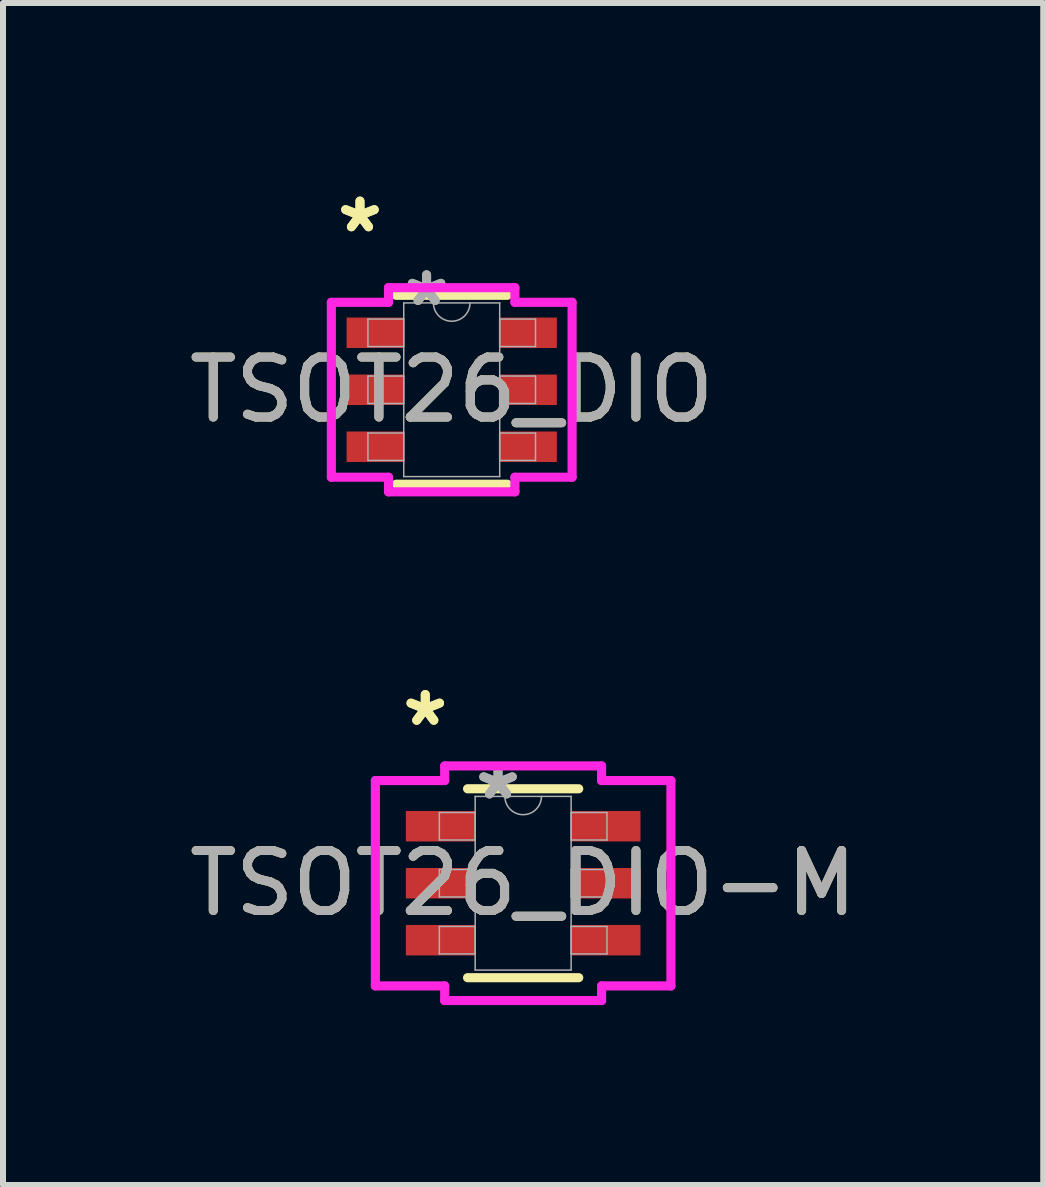
<source format=kicad_pcb>
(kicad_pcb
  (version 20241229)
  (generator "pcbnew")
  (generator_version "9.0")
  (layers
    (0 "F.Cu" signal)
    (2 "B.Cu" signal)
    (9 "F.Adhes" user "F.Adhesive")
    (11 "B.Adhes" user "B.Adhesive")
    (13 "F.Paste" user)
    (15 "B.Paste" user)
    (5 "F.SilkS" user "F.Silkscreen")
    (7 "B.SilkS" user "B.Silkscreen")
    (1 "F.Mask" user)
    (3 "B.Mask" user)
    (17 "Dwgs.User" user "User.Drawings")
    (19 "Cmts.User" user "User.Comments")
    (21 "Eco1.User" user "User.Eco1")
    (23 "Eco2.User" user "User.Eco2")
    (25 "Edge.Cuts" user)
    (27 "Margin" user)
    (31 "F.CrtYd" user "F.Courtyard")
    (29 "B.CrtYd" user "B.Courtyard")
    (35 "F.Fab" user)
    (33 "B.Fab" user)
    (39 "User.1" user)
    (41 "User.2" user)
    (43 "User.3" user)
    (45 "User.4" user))
  (footprint "TSOT26_DIO-M"
    (layer "F.Cu")
    (at 5.673 11.677)
    (property "Reference" "TSOT26_DIO-M" (at 0 0 0) (unlocked yes) (layer "F.SilkS") (effects (font (size 1 1) (thickness 0.15))))
    (attr smd)
    (fp_line (start -0.927 1.575) (end 0.927 1.575) (stroke (width 0.152) (type solid)) (layer "F.SilkS"))
    (fp_line (start 0.927 -1.575) (end -0.927 -1.575) (stroke (width 0.152) (type solid)) (layer "F.SilkS"))
    (fp_line (start -2.464 -1.712) (end -1.308 -1.712) (stroke (width 0.152) (type solid)) (layer "F.CrtYd"))
    (fp_line (start -2.464 1.712) (end -2.464 -1.712) (stroke (width 0.152) (type solid)) (layer "F.CrtYd"))
    (fp_line (start -2.464 1.712) (end -1.308 1.712) (stroke (width 0.152) (type solid)) (layer "F.CrtYd"))
    (fp_line (start -1.308 -1.956) (end 1.308 -1.956) (stroke (width 0.152) (type solid)) (layer "F.CrtYd"))
    (fp_line (start -1.308 -1.712) (end -1.308 -1.956) (stroke (width 0.152) (type solid)) (layer "F.CrtYd"))
    (fp_line (start -1.308 1.956) (end -1.308 1.712) (stroke (width 0.152) (type solid)) (layer "F.CrtYd"))
    (fp_line (start 1.308 -1.956) (end 1.308 -1.712) (stroke (width 0.152) (type solid)) (layer "F.CrtYd"))
    (fp_line (start 1.308 1.712) (end 1.308 1.956) (stroke (width 0.152) (type solid)) (layer "F.CrtYd"))
    (fp_line (start 1.308 1.956) (end -1.308 1.956) (stroke (width 0.152) (type solid)) (layer "F.CrtYd"))
    (fp_line (start 2.464 -1.712) (end 1.308 -1.712) (stroke (width 0.152) (type solid)) (layer "F.CrtYd"))
    (fp_line (start 2.464 -1.712) (end 2.464 1.712) (stroke (width 0.152) (type solid)) (layer "F.CrtYd"))
    (fp_line (start 2.464 1.712) (end 1.308 1.712) (stroke (width 0.152) (type solid)) (layer "F.CrtYd"))
    (fp_line (start -1.397 -1.179) (end -1.397 -0.721) (stroke (width 0.025) (type solid)) (layer "F.Fab"))
    (fp_line (start -1.397 -0.721) (end -0.8 -0.721) (stroke (width 0.025) (type solid)) (layer "F.Fab"))
    (fp_line (start -1.397 -0.229) (end -1.397 0.229) (stroke (width 0.025) (type solid)) (layer "F.Fab"))
    (fp_line (start -1.397 0.229) (end -0.8 0.229) (stroke (width 0.025) (type solid)) (layer "F.Fab"))
    (fp_line (start -1.397 0.721) (end -1.397 1.179) (stroke (width 0.025) (type solid)) (layer "F.Fab"))
    (fp_line (start -1.397 1.179) (end -0.8 1.179) (stroke (width 0.025) (type solid)) (layer "F.Fab"))
    (fp_line (start -0.8 -1.448) (end -0.8 1.448) (stroke (width 0.025) (type solid)) (layer "F.Fab"))
    (fp_line (start -0.8 -1.179) (end -1.397 -1.179) (stroke (width 0.025) (type solid)) (layer "F.Fab"))
    (fp_line (start -0.8 -0.721) (end -0.8 -1.179) (stroke (width 0.025) (type solid)) (layer "F.Fab"))
    (fp_line (start -0.8 -0.229) (end -1.397 -0.229) (stroke (width 0.025) (type solid)) (layer "F.Fab"))
    (fp_line (start -0.8 0.229) (end -0.8 -0.229) (stroke (width 0.025) (type solid)) (layer "F.Fab"))
    (fp_line (start -0.8 0.721) (end -1.397 0.721) (stroke (width 0.025) (type solid)) (layer "F.Fab"))
    (fp_line (start -0.8 1.179) (end -0.8 0.721) (stroke (width 0.025) (type solid)) (layer "F.Fab"))
    (fp_line (start -0.8 1.448) (end 0.8 1.448) (stroke (width 0.025) (type solid)) (layer "F.Fab"))
    (fp_line (start 0.8 -1.448) (end -0.8 -1.448) (stroke (width 0.025) (type solid)) (layer "F.Fab"))
    (fp_line (start 0.8 -1.179) (end 0.8 -0.721) (stroke (width 0.025) (type solid)) (layer "F.Fab"))
    (fp_line (start 0.8 -0.721) (end 1.397 -0.721) (stroke (width 0.025) (type solid)) (layer "F.Fab"))
    (fp_line (start 0.8 -0.229) (end 0.8 0.229) (stroke (width 0.025) (type solid)) (layer "F.Fab"))
    (fp_line (start 0.8 0.229) (end 1.397 0.229) (stroke (width 0.025) (type solid)) (layer "F.Fab"))
    (fp_line (start 0.8 0.721) (end 0.8 1.179) (stroke (width 0.025) (type solid)) (layer "F.Fab"))
    (fp_line (start 0.8 1.179) (end 1.397 1.179) (stroke (width 0.025) (type solid)) (layer "F.Fab"))
    (fp_line (start 0.8 1.448) (end 0.8 -1.448) (stroke (width 0.025) (type solid)) (layer "F.Fab"))
    (fp_line (start 1.397 -1.179) (end 0.8 -1.179) (stroke (width 0.025) (type solid)) (layer "F.Fab"))
    (fp_line (start 1.397 -0.721) (end 1.397 -1.179) (stroke (width 0.025) (type solid)) (layer "F.Fab"))
    (fp_line (start 1.397 -0.229) (end 0.8 -0.229) (stroke (width 0.025) (type solid)) (layer "F.Fab"))
    (fp_line (start 1.397 0.229) (end 1.397 -0.229) (stroke (width 0.025) (type solid)) (layer "F.Fab"))
    (fp_line (start 1.397 0.721) (end 0.8 0.721) (stroke (width 0.025) (type solid)) (layer "F.Fab"))
    (fp_line (start 1.397 1.179) (end 1.397 0.721) (stroke (width 0.025) (type solid)) (layer "F.Fab"))
    (fp_arc (start 0.3048 -1.4478) (mid 0 -1.143) (end -0.3048 -1.4478) (stroke (width 0.0254) (type solid)) (layer "F.Fab"))
    (fp_text user "*" (at -1.632 -2.601 0) (unlocked yes) (layer "F.SilkS") (effects (font (size 1 1) (thickness 0.15))))
    (fp_text user "*" (at -1.632 -2.601 0) (layer "F.SilkS") (effects (font (size 1 1) (thickness 0.15))))
    (fp_text user "*" (at -0.419 -1.372 0) (layer "F.Fab") (effects (font (size 1 1) (thickness 0.15))))
    (fp_text user "*" (at -0.419 -1.372 0) (unlocked yes) (layer "F.Fab") (effects (font (size 1 1) (thickness 0.15))))
    (fp_text user "${REFERENCE}" (at 0 0 0) (unlocked yes) (layer "F.Fab") (effects (font (size 1 1) (thickness 0.15))))
    (pad "1" smd rect (at -1.378 -0.95) (size 1.156 0.508) (layers "F.Cu" "F.Mask" "F.Paste"))
    (pad "2" smd rect (at -1.378 0) (size 1.156 0.508) (layers "F.Cu" "F.Mask" "F.Paste"))
    (pad "3" smd rect (at -1.378 0.95) (size 1.156 0.508) (layers "F.Cu" "F.Mask" "F.Paste"))
    (pad "4" smd rect (at 1.378 0.95) (size 1.156 0.508) (layers "F.Cu" "F.Mask" "F.Paste"))
    (pad "5" smd rect (at 1.378 0) (size 1.156 0.508) (layers "F.Cu" "F.Mask" "F.Paste"))
    (pad "6" smd rect (at 1.378 -0.95) (size 1.156 0.508) (layers "F.Cu" "F.Mask" "F.Paste")))
  (footprint "TSOT26_DIO"
    (layer "F.Cu")
    (at 4.482 3.449)
    (property "Reference" "TSOT26_DIO" (at 0 0 0) (unlocked yes) (layer "F.SilkS") (effects (font (size 1 1) (thickness 0.15))))
    (attr smd)
    (fp_line (start -0.927 1.575) (end 0.927 1.575) (stroke (width 0.152) (type solid)) (layer "F.SilkS"))
    (fp_line (start 0.927 -1.575) (end -0.927 -1.575) (stroke (width 0.152) (type solid)) (layer "F.SilkS"))
    (fp_line (start -2.007 -1.458) (end -1.054 -1.458) (stroke (width 0.152) (type solid)) (layer "F.CrtYd"))
    (fp_line (start -2.007 1.458) (end -2.007 -1.458) (stroke (width 0.152) (type solid)) (layer "F.CrtYd"))
    (fp_line (start -2.007 1.458) (end -1.054 1.458) (stroke (width 0.152) (type solid)) (layer "F.CrtYd"))
    (fp_line (start -1.054 -1.702) (end 1.054 -1.702) (stroke (width 0.152) (type solid)) (layer "F.CrtYd"))
    (fp_line (start -1.054 -1.458) (end -1.054 -1.702) (stroke (width 0.152) (type solid)) (layer "F.CrtYd"))
    (fp_line (start -1.054 1.702) (end -1.054 1.458) (stroke (width 0.152) (type solid)) (layer "F.CrtYd"))
    (fp_line (start 1.054 -1.702) (end 1.054 -1.458) (stroke (width 0.152) (type solid)) (layer "F.CrtYd"))
    (fp_line (start 1.054 1.458) (end 1.054 1.702) (stroke (width 0.152) (type solid)) (layer "F.CrtYd"))
    (fp_line (start 1.054 1.702) (end -1.054 1.702) (stroke (width 0.152) (type solid)) (layer "F.CrtYd"))
    (fp_line (start 2.007 -1.458) (end 1.054 -1.458) (stroke (width 0.152) (type solid)) (layer "F.CrtYd"))
    (fp_line (start 2.007 -1.458) (end 2.007 1.458) (stroke (width 0.152) (type solid)) (layer "F.CrtYd"))
    (fp_line (start 2.007 1.458) (end 1.054 1.458) (stroke (width 0.152) (type solid)) (layer "F.CrtYd"))
    (fp_line (start -1.397 -1.179) (end -1.397 -0.721) (stroke (width 0.025) (type solid)) (layer "F.Fab"))
    (fp_line (start -1.397 -0.721) (end -0.8 -0.721) (stroke (width 0.025) (type solid)) (layer "F.Fab"))
    (fp_line (start -1.397 -0.229) (end -1.397 0.229) (stroke (width 0.025) (type solid)) (layer "F.Fab"))
    (fp_line (start -1.397 0.229) (end -0.8 0.229) (stroke (width 0.025) (type solid)) (layer "F.Fab"))
    (fp_line (start -1.397 0.721) (end -1.397 1.179) (stroke (width 0.025) (type solid)) (layer "F.Fab"))
    (fp_line (start -1.397 1.179) (end -0.8 1.179) (stroke (width 0.025) (type solid)) (layer "F.Fab"))
    (fp_line (start -0.8 -1.448) (end -0.8 1.448) (stroke (width 0.025) (type solid)) (layer "F.Fab"))
    (fp_line (start -0.8 -1.179) (end -1.397 -1.179) (stroke (width 0.025) (type solid)) (layer "F.Fab"))
    (fp_line (start -0.8 -0.721) (end -0.8 -1.179) (stroke (width 0.025) (type solid)) (layer "F.Fab"))
    (fp_line (start -0.8 -0.229) (end -1.397 -0.229) (stroke (width 0.025) (type solid)) (layer "F.Fab"))
    (fp_line (start -0.8 0.229) (end -0.8 -0.229) (stroke (width 0.025) (type solid)) (layer "F.Fab"))
    (fp_line (start -0.8 0.721) (end -1.397 0.721) (stroke (width 0.025) (type solid)) (layer "F.Fab"))
    (fp_line (start -0.8 1.179) (end -0.8 0.721) (stroke (width 0.025) (type solid)) (layer "F.Fab"))
    (fp_line (start -0.8 1.448) (end 0.8 1.448) (stroke (width 0.025) (type solid)) (layer "F.Fab"))
    (fp_line (start 0.8 -1.448) (end -0.8 -1.448) (stroke (width 0.025) (type solid)) (layer "F.Fab"))
    (fp_line (start 0.8 -1.179) (end 0.8 -0.721) (stroke (width 0.025) (type solid)) (layer "F.Fab"))
    (fp_line (start 0.8 -0.721) (end 1.397 -0.721) (stroke (width 0.025) (type solid)) (layer "F.Fab"))
    (fp_line (start 0.8 -0.229) (end 0.8 0.229) (stroke (width 0.025) (type solid)) (layer "F.Fab"))
    (fp_line (start 0.8 0.229) (end 1.397 0.229) (stroke (width 0.025) (type solid)) (layer "F.Fab"))
    (fp_line (start 0.8 0.721) (end 0.8 1.179) (stroke (width 0.025) (type solid)) (layer "F.Fab"))
    (fp_line (start 0.8 1.179) (end 1.397 1.179) (stroke (width 0.025) (type solid)) (layer "F.Fab"))
    (fp_line (start 0.8 1.448) (end 0.8 -1.448) (stroke (width 0.025) (type solid)) (layer "F.Fab"))
    (fp_line (start 1.397 -1.179) (end 0.8 -1.179) (stroke (width 0.025) (type solid)) (layer "F.Fab"))
    (fp_line (start 1.397 -0.721) (end 1.397 -1.179) (stroke (width 0.025) (type solid)) (layer "F.Fab"))
    (fp_line (start 1.397 -0.229) (end 0.8 -0.229) (stroke (width 0.025) (type solid)) (layer "F.Fab"))
    (fp_line (start 1.397 0.229) (end 1.397 -0.229) (stroke (width 0.025) (type solid)) (layer "F.Fab"))
    (fp_line (start 1.397 0.721) (end 0.8 0.721) (stroke (width 0.025) (type solid)) (layer "F.Fab"))
    (fp_line (start 1.397 1.179) (end 1.397 0.721) (stroke (width 0.025) (type solid)) (layer "F.Fab"))
    (fp_arc (start 0.3048 -1.4478) (mid 0 -1.143) (end -0.3048 -1.4478) (stroke (width 0.0254) (type solid)) (layer "F.Fab"))
    (fp_text user "*" (at -1.53 -2.601 0) (unlocked yes) (layer "F.SilkS") (effects (font (size 1 1) (thickness 0.15))))
    (fp_text user "*" (at -1.53 -2.601 0) (layer "F.SilkS") (effects (font (size 1 1) (thickness 0.15))))
    (fp_text user "*" (at -0.419 -1.372 0) (layer "F.Fab") (effects (font (size 1 1) (thickness 0.15))))
    (fp_text user "*" (at -0.419 -1.372 0) (unlocked yes) (layer "F.Fab") (effects (font (size 1 1) (thickness 0.15))))
    (fp_text user "${REFERENCE}" (at 0 0 0) (unlocked yes) (layer "F.Fab") (effects (font (size 1 1) (thickness 0.15))))
    (pad "1" smd rect (at -1.276 -0.95) (size 0.953 0.508) (layers "F.Cu" "F.Mask" "F.Paste"))
    (pad "2" smd rect (at -1.276 0) (size 0.953 0.508) (layers "F.Cu" "F.Mask" "F.Paste"))
    (pad "3" smd rect (at -1.276 0.95) (size 0.953 0.508) (layers "F.Cu" "F.Mask" "F.Paste"))
    (pad "4" smd rect (at 1.276 0.95) (size 0.953 0.508) (layers "F.Cu" "F.Mask" "F.Paste"))
    (pad "5" smd rect (at 1.276 0) (size 0.953 0.508) (layers "F.Cu" "F.Mask" "F.Paste"))
    (pad "6" smd rect (at 1.276 -0.95) (size 0.953 0.508) (layers "F.Cu" "F.Mask" "F.Paste")))
  (gr_rect
    (start -3 -3)
    (end 14.345 16.709)
    (stroke (width 0.1) (type default))
    (fill no)
    (layer "Edge.Cuts")))
</source>
